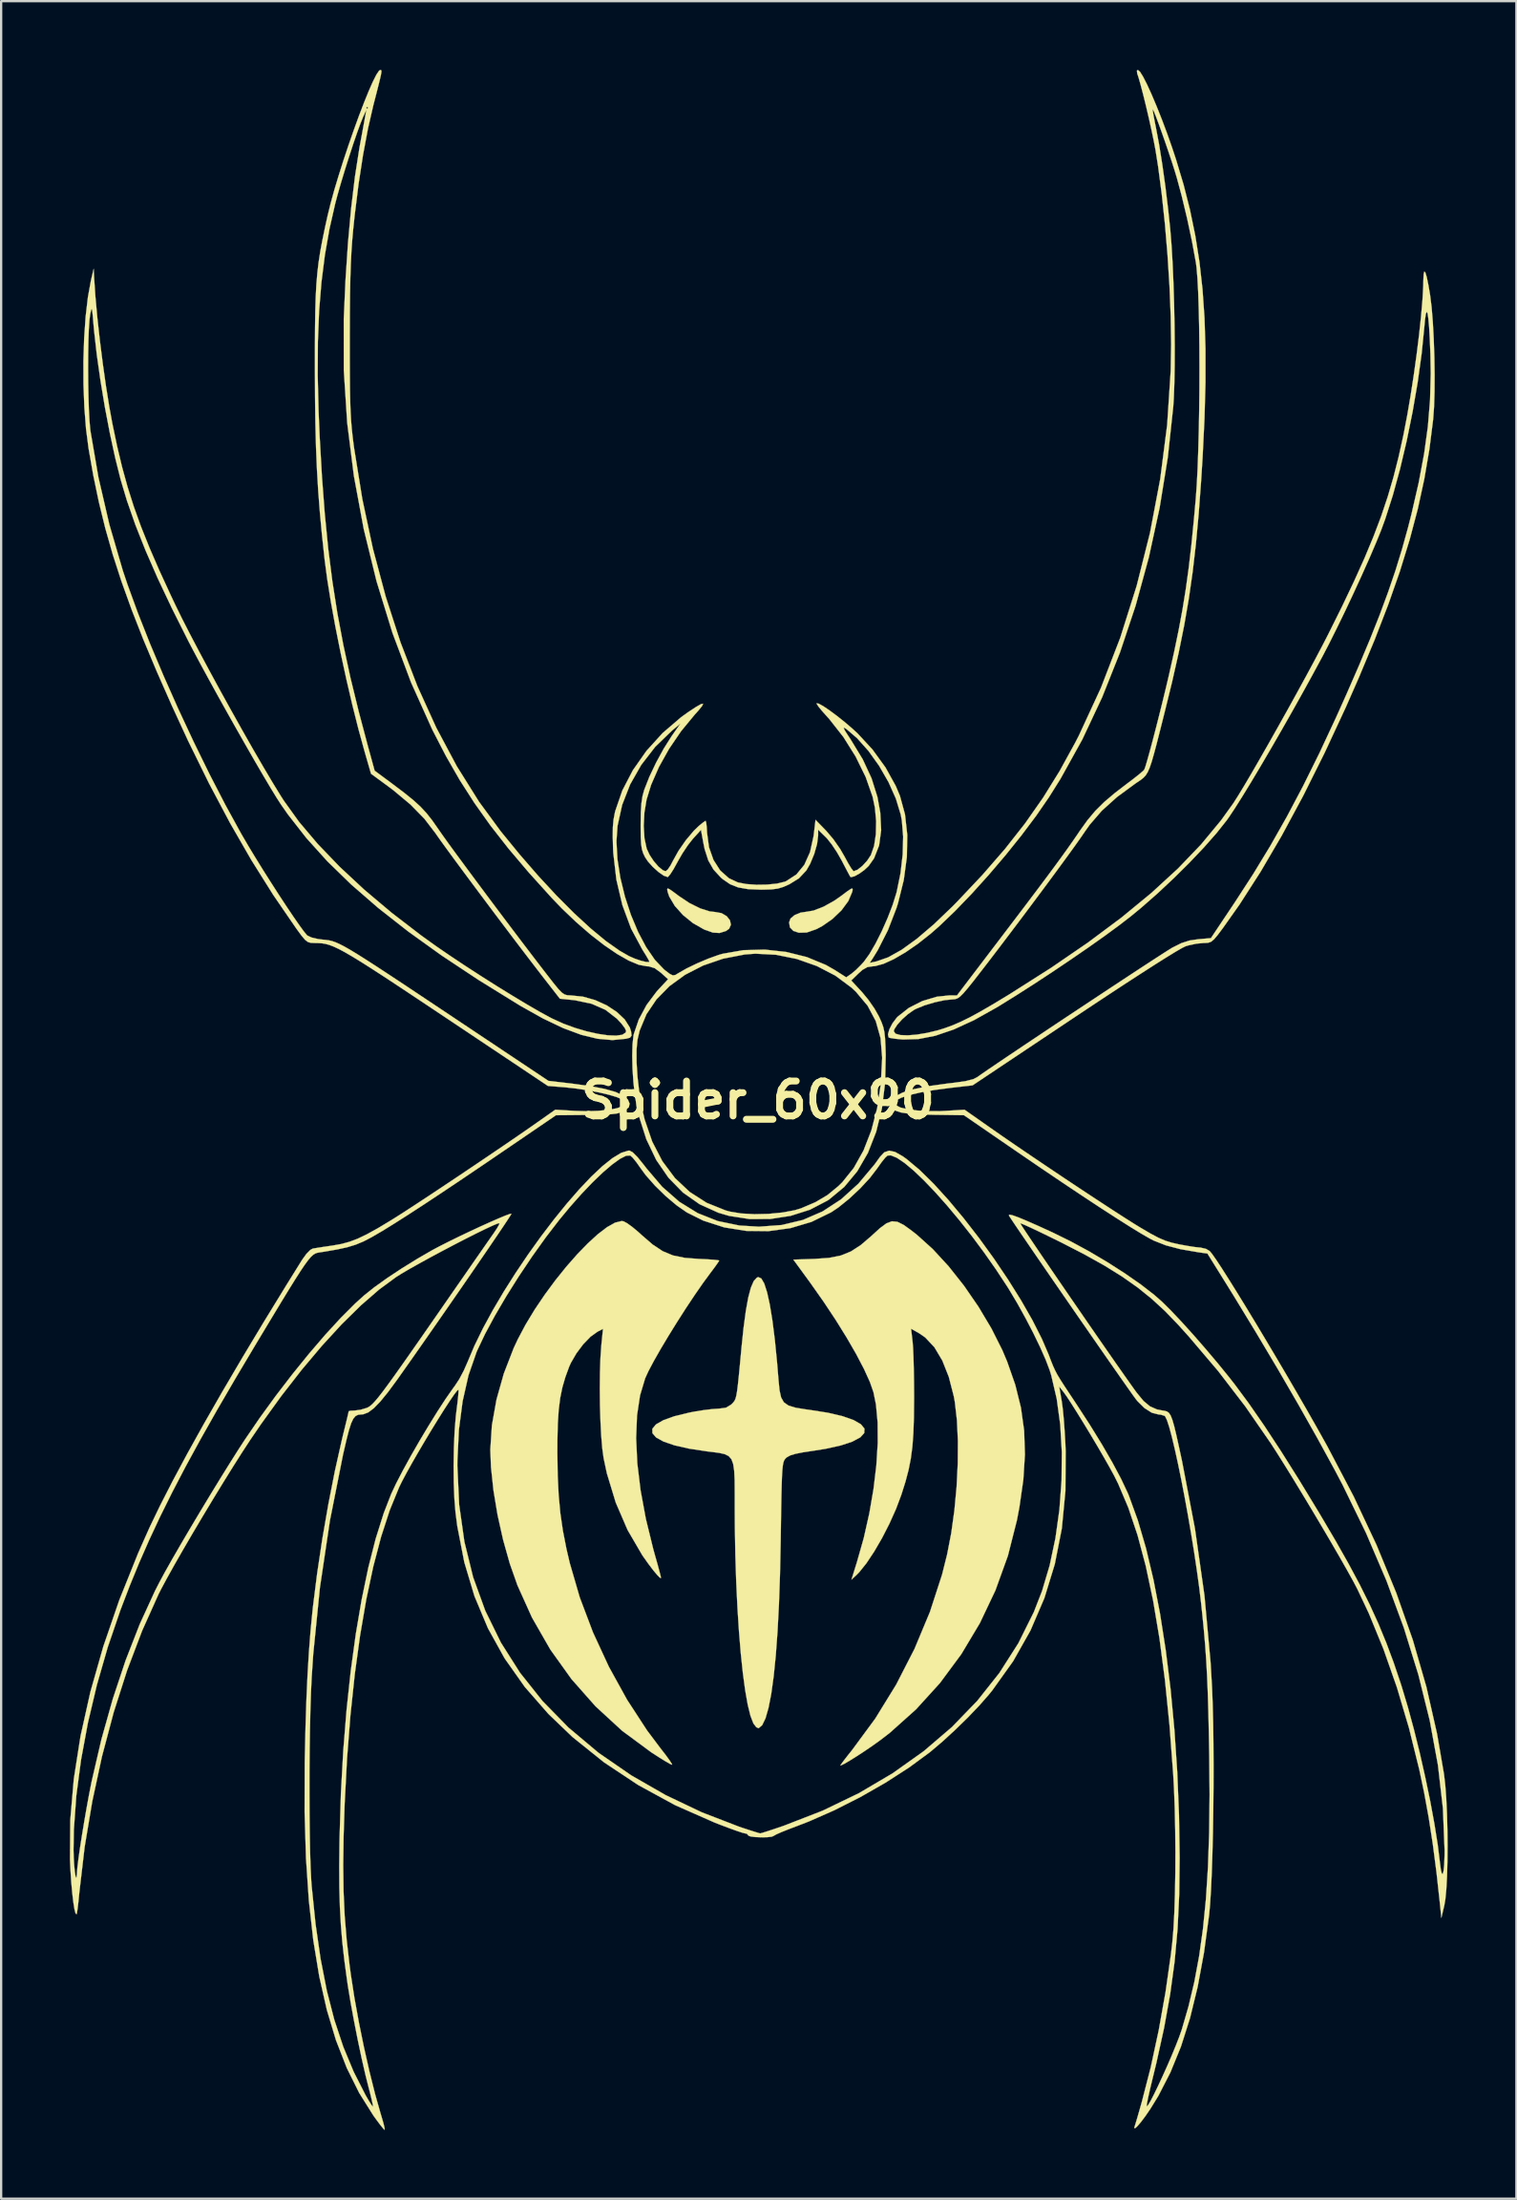
<source format=kicad_pcb>
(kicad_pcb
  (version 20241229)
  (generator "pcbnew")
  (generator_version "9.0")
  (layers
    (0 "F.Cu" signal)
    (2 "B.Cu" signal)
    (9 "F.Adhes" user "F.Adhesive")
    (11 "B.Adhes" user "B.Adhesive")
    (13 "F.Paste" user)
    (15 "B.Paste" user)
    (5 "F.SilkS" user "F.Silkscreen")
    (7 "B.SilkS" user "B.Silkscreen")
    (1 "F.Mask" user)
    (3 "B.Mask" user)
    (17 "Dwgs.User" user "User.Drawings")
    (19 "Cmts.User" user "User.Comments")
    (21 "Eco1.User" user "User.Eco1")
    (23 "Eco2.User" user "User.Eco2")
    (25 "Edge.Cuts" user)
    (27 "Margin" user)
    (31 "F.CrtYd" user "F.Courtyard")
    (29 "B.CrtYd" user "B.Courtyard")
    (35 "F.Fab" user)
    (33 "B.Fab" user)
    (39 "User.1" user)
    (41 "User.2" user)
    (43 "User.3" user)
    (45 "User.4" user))
  (footprint "Spider_60x90"
    (layer "F.Cu")
    (at 30.037 44.963)
    (property "Reference" "Spider_60x90" (at 0 0 0) (layer "F.SilkS") (effects (font (size 1.524 1.524) (thickness 0.3))))
    (attr through_hole)
    (fp_poly (pts (xy 4.132 -9.184) (xy 4.111 -9.085) (xy 3.943 -8.689) (xy 3.644 -8.284) (xy 3.248 -7.905) (xy 2.789 -7.587) (xy 2.535 -7.456) (xy 2.126 -7.316) (xy 1.782 -7.307) (xy 1.545 -7.385) (xy 1.393 -7.54) (xy 1.358 -7.759) (xy 1.419 -7.925) (xy 1.594 -8.074) (xy 1.852 -8.182) (xy 2.054 -8.213) (xy 2.422 -8.273) (xy 2.861 -8.443) (xy 3.328 -8.703) (xy 3.62 -8.906) (xy 3.889 -9.108) (xy 4.048 -9.216) (xy 4.121 -9.238) (xy 4.132 -9.184)) (stroke (width 0.01) (type solid)) (fill yes) (layer "F.SilkS"))
    (fp_poly (pts (xy -3.86 -9.205) (xy -3.686 -9.083) (xy -3.45 -8.906) (xy -2.987 -8.598) (xy -2.525 -8.369) (xy -2.107 -8.237) (xy -1.884 -8.213) (xy -1.595 -8.162) (xy -1.368 -8.03) (xy -1.225 -7.851) (xy -1.182 -7.656) (xy -1.26 -7.479) (xy -1.401 -7.38) (xy -1.681 -7.295) (xy -1.97 -7.313) (xy -2.324 -7.437) (xy -2.366 -7.456) (xy -2.844 -7.729) (xy -3.277 -8.081) (xy -3.631 -8.476) (xy -3.872 -8.881) (xy -3.942 -9.085) (xy -3.964 -9.197) (xy -3.945 -9.24) (xy -3.86 -9.205)) (stroke (width 0.01) (type solid)) (fill yes) (layer "F.SilkS"))
    (fp_poly (pts (xy 6.083 5.309) (xy 6.355 5.443) (xy 6.698 5.689) (xy 6.948 5.887) (xy 7.631 6.503) (xy 8.321 7.252) (xy 8.993 8.101) (xy 9.623 9.016) (xy 10.188 9.963) (xy 10.664 10.909) (xy 10.873 11.403) (xy 11.23 12.424) (xy 11.477 13.421) (xy 11.617 14.424) (xy 11.651 15.461) (xy 11.582 16.564) (xy 11.411 17.76) (xy 11.303 18.33) (xy 10.908 19.887) (xy 10.365 21.391) (xy 9.684 22.826) (xy 8.874 24.18) (xy 7.942 25.439) (xy 6.898 26.588) (xy 5.751 27.614) (xy 5.332 27.936) (xy 5.017 28.162) (xy 4.672 28.398) (xy 4.328 28.623) (xy 4.016 28.818) (xy 3.77 28.962) (xy 3.619 29.035) (xy 3.596 29.041) (xy 3.63 28.98) (xy 3.751 28.815) (xy 3.938 28.574) (xy 4.104 28.367) (xy 5.118 26.991) (xy 6.032 25.507) (xy 6.833 23.945) (xy 7.505 22.335) (xy 8.034 20.709) (xy 8.253 19.836) (xy 8.434 18.902) (xy 8.573 17.902) (xy 8.669 16.873) (xy 8.72 15.849) (xy 8.726 14.868) (xy 8.683 13.964) (xy 8.592 13.173) (xy 8.547 12.925) (xy 8.329 12.079) (xy 8.045 11.363) (xy 7.7 10.785) (xy 7.298 10.356) (xy 7.034 10.174) (xy 6.682 9.976) (xy 6.749 10.555) (xy 6.769 10.813) (xy 6.786 11.206) (xy 6.799 11.699) (xy 6.809 12.258) (xy 6.813 12.848) (xy 6.813 13.039) (xy 6.805 13.854) (xy 6.782 14.536) (xy 6.739 15.121) (xy 6.67 15.643) (xy 6.572 16.139) (xy 6.439 16.645) (xy 6.266 17.195) (xy 6.254 17.23) (xy 6.024 17.843) (xy 5.737 18.482) (xy 5.415 19.111) (xy 5.075 19.696) (xy 4.738 20.204) (xy 4.422 20.599) (xy 4.293 20.73) (xy 4.079 20.928) (xy 4.317 20.167) (xy 4.616 19.112) (xy 4.858 18.039) (xy 5.042 16.972) (xy 5.166 15.938) (xy 5.227 14.961) (xy 5.222 14.067) (xy 5.149 13.28) (xy 5.04 12.745) (xy 4.882 12.293) (xy 4.626 11.732) (xy 4.286 11.082) (xy 3.871 10.364) (xy 3.395 9.597) (xy 2.868 8.803) (xy 2.303 8.001) (xy 2.252 7.93) (xy 1.544 6.96) (xy 2.487 6.928) (xy 3.109 6.883) (xy 3.616 6.781) (xy 4.058 6.602) (xy 4.485 6.325) (xy 4.948 5.929) (xy 4.985 5.894) (xy 5.332 5.579) (xy 5.607 5.377) (xy 5.845 5.287) (xy 6.083 5.309)) (stroke (width 0.01) (type solid)) (fill yes) (layer "F.SilkS"))
    (fp_poly (pts (xy 0.144 7.781) (xy 0.273 8.004) (xy 0.397 8.388) (xy 0.516 8.928) (xy 0.629 9.621) (xy 0.735 10.462) (xy 0.832 11.446) (xy 0.896 12.221) (xy 0.939 12.659) (xy 1.008 12.973) (xy 1.129 13.187) (xy 1.331 13.329) (xy 1.64 13.423) (xy 2.083 13.495) (xy 2.248 13.517) (xy 3.052 13.643) (xy 3.695 13.794) (xy 4.175 13.963) (xy 4.492 14.146) (xy 4.647 14.336) (xy 4.637 14.529) (xy 4.463 14.719) (xy 4.124 14.9) (xy 3.62 15.068) (xy 2.95 15.217) (xy 2.436 15.299) (xy 1.965 15.37) (xy 1.633 15.436) (xy 1.41 15.504) (xy 1.266 15.582) (xy 1.218 15.623) (xy 1.174 15.672) (xy 1.137 15.733) (xy 1.107 15.822) (xy 1.083 15.955) (xy 1.063 16.149) (xy 1.047 16.419) (xy 1.034 16.783) (xy 1.022 17.255) (xy 1.011 17.852) (xy 1 18.591) (xy 0.991 19.225) (xy 0.961 20.674) (xy 0.915 21.995) (xy 0.853 23.183) (xy 0.776 24.235) (xy 0.684 25.145) (xy 0.579 25.909) (xy 0.459 26.522) (xy 0.327 26.98) (xy 0.183 27.278) (xy 0.026 27.412) (xy -0.076 27.366) (xy -0.193 27.212) (xy -0.207 27.187) (xy -0.332 26.858) (xy -0.45 26.375) (xy -0.56 25.751) (xy -0.661 25) (xy -0.752 24.138) (xy -0.831 23.177) (xy -0.898 22.134) (xy -0.951 21.02) (xy -0.989 19.852) (xy -1.01 18.643) (xy -1.015 17.816) (xy -1.015 17.127) (xy -1.019 16.587) (xy -1.039 16.178) (xy -1.083 15.879) (xy -1.16 15.671) (xy -1.281 15.534) (xy -1.454 15.449) (xy -1.69 15.396) (xy -1.998 15.355) (xy -2.228 15.328) (xy -3.015 15.208) (xy -3.648 15.064) (xy -4.126 14.9) (xy -4.447 14.722) (xy -4.609 14.535) (xy -4.612 14.343) (xy -4.453 14.152) (xy -4.131 13.967) (xy -3.645 13.793) (xy -2.993 13.635) (xy -2.736 13.586) (xy -2.363 13.527) (xy -2.001 13.484) (xy -1.726 13.465) (xy -1.711 13.465) (xy -1.401 13.423) (xy -1.174 13.288) (xy -1.146 13.261) (xy -1.08 13.193) (xy -1.027 13.124) (xy -0.984 13.033) (xy -0.947 12.898) (xy -0.913 12.699) (xy -0.877 12.415) (xy -0.836 12.025) (xy -0.786 11.509) (xy -0.724 10.845) (xy -0.724 10.837) (xy -0.63 9.937) (xy -0.531 9.199) (xy -0.426 8.618) (xy -0.312 8.187) (xy -0.188 7.899) (xy -0.052 7.748) (xy 0.011 7.723) (xy 0.144 7.781)) (stroke (width 0.01) (type solid)) (fill yes) (layer "F.SilkS"))
    (fp_poly (pts (xy -5.875 5.286) (xy -5.72 5.367) (xy -5.484 5.537) (xy -5.208 5.768) (xy -5.07 5.894) (xy -4.595 6.304) (xy -4.159 6.592) (xy -3.71 6.778) (xy -3.197 6.883) (xy -2.603 6.928) (xy -2.234 6.945) (xy -1.937 6.965) (xy -1.746 6.986) (xy -1.693 7.001) (xy -1.741 7.082) (xy -1.867 7.26) (xy -2.044 7.498) (xy -2.062 7.521) (xy -2.393 7.971) (xy -2.761 8.501) (xy -3.148 9.083) (xy -3.538 9.692) (xy -3.913 10.298) (xy -4.257 10.874) (xy -4.553 11.394) (xy -4.783 11.829) (xy -4.925 12.138) (xy -5.149 12.886) (xy -5.281 13.762) (xy -5.32 14.752) (xy -5.269 15.843) (xy -5.127 17.02) (xy -4.896 18.271) (xy -4.575 19.582) (xy -4.488 19.896) (xy -4.384 20.263) (xy -4.301 20.569) (xy -4.248 20.778) (xy -4.233 20.852) (xy -4.278 20.846) (xy -4.398 20.725) (xy -4.572 20.517) (xy -4.779 20.245) (xy -4.998 19.937) (xy -5.055 19.854) (xy -5.693 18.76) (xy -6.21 17.562) (xy -6.597 16.287) (xy -6.739 15.621) (xy -6.797 15.202) (xy -6.843 14.652) (xy -6.876 14.008) (xy -6.898 13.309) (xy -6.905 12.591) (xy -6.898 11.893) (xy -6.877 11.253) (xy -6.839 10.707) (xy -6.833 10.643) (xy -6.766 9.982) (xy -7.012 10.11) (xy -7.311 10.325) (xy -7.628 10.653) (xy -7.925 11.048) (xy -8.166 11.463) (xy -8.241 11.629) (xy -8.409 12.087) (xy -8.539 12.534) (xy -8.635 13.002) (xy -8.7 13.522) (xy -8.739 14.126) (xy -8.756 14.846) (xy -8.758 15.409) (xy -8.743 16.387) (xy -8.701 17.244) (xy -8.628 18.029) (xy -8.517 18.789) (xy -8.364 19.571) (xy -8.218 20.198) (xy -7.78 21.703) (xy -7.204 23.226) (xy -6.51 24.727) (xy -5.715 26.168) (xy -4.84 27.511) (xy -4.241 28.307) (xy -4.022 28.589) (xy -3.855 28.819) (xy -3.76 28.967) (xy -3.747 29.006) (xy -3.827 28.976) (xy -4.019 28.867) (xy -4.296 28.697) (xy -4.629 28.482) (xy -4.668 28.456) (xy -5.932 27.522) (xy -7.09 26.457) (xy -8.138 25.272) (xy -9.065 23.977) (xy -9.866 22.58) (xy -10.5 21.174) (xy -10.835 20.223) (xy -11.127 19.184) (xy -11.368 18.103) (xy -11.547 17.031) (xy -11.655 16.014) (xy -11.684 15.253) (xy -11.615 14.189) (xy -11.415 13.069) (xy -11.095 11.933) (xy -10.664 10.821) (xy -10.485 10.438) (xy -10.145 9.797) (xy -9.75 9.144) (xy -9.313 8.496) (xy -8.849 7.867) (xy -8.371 7.273) (xy -7.892 6.728) (xy -7.426 6.248) (xy -6.987 5.847) (xy -6.587 5.542) (xy -6.241 5.347) (xy -5.961 5.277) (xy -5.875 5.286)) (stroke (width 0.01) (type solid)) (fill yes) (layer "F.SilkS"))
    (fp_poly (pts (xy 16.675 -44.881) (xy 16.81 -44.664) (xy 16.982 -44.328) (xy 17.181 -43.892) (xy 17.398 -43.378) (xy 17.626 -42.806) (xy 17.855 -42.196) (xy 18.076 -41.569) (xy 18.241 -41.071) (xy 18.575 -39.96) (xy 18.856 -38.854) (xy 19.087 -37.735) (xy 19.269 -36.586) (xy 19.403 -35.388) (xy 19.491 -34.125) (xy 19.533 -32.777) (xy 19.533 -31.328) (xy 19.49 -29.76) (xy 19.407 -28.055) (xy 19.341 -27.009) (xy 19.235 -25.576) (xy 19.114 -24.272) (xy 18.973 -23.056) (xy 18.805 -21.887) (xy 18.604 -20.725) (xy 18.363 -19.529) (xy 18.076 -18.258) (xy 17.74 -16.891) (xy 17.556 -16.161) (xy 17.407 -15.576) (xy 17.285 -15.118) (xy 17.184 -14.767) (xy 17.095 -14.505) (xy 17.01 -14.314) (xy 16.923 -14.175) (xy 16.824 -14.068) (xy 16.708 -13.976) (xy 16.565 -13.88) (xy 16.486 -13.827) (xy 15.672 -13.229) (xy 15.009 -12.632) (xy 14.478 -12.018) (xy 14.288 -11.749) (xy 14.099 -11.473) (xy 13.821 -11.081) (xy 13.467 -10.592) (xy 13.051 -10.024) (xy 12.587 -9.395) (xy 12.087 -8.724) (xy 11.567 -8.029) (xy 11.039 -7.329) (xy 10.518 -6.642) (xy 10.017 -5.986) (xy 9.759 -5.652) (xy 9.416 -5.21) (xy 9.157 -4.887) (xy 8.964 -4.662) (xy 8.82 -4.52) (xy 8.706 -4.441) (xy 8.605 -4.407) (xy 8.525 -4.401) (xy 8.156 -4.365) (xy 7.714 -4.27) (xy 7.271 -4.137) (xy 6.9 -3.986) (xy 6.807 -3.937) (xy 6.543 -3.752) (xy 6.288 -3.524) (xy 6.078 -3.29) (xy 5.949 -3.091) (xy 5.927 -3.007) (xy 6.003 -2.9) (xy 6.214 -2.841) (xy 6.533 -2.828) (xy 6.931 -2.86) (xy 7.383 -2.935) (xy 7.86 -3.05) (xy 8.155 -3.142) (xy 8.502 -3.269) (xy 8.86 -3.424) (xy 9.256 -3.619) (xy 9.714 -3.869) (xy 10.259 -4.186) (xy 10.916 -4.583) (xy 11.007 -4.639) (xy 12.788 -5.771) (xy 14.407 -6.88) (xy 15.867 -7.969) (xy 17.173 -9.043) (xy 18.33 -10.105) (xy 19.341 -11.159) (xy 20.211 -12.209) (xy 20.746 -12.953) (xy 20.946 -13.266) (xy 21.214 -13.706) (xy 21.537 -14.253) (xy 21.902 -14.884) (xy 22.298 -15.577) (xy 22.712 -16.311) (xy 23.133 -17.063) (xy 23.547 -17.813) (xy 23.943 -18.537) (xy 24.308 -19.215) (xy 24.63 -19.825) (xy 24.885 -20.32) (xy 25.493 -21.542) (xy 26.019 -22.645) (xy 26.473 -23.651) (xy 26.862 -24.585) (xy 27.198 -25.471) (xy 27.487 -26.332) (xy 27.739 -27.191) (xy 27.963 -28.073) (xy 28.168 -29) (xy 28.186 -29.091) (xy 28.338 -29.881) (xy 28.485 -30.739) (xy 28.623 -31.632) (xy 28.748 -32.529) (xy 28.856 -33.399) (xy 28.943 -34.211) (xy 29.005 -34.934) (xy 29.039 -35.536) (xy 29.043 -35.762) (xy 29.055 -36.045) (xy 29.084 -36.163) (xy 29.13 -36.121) (xy 29.191 -35.921) (xy 29.264 -35.567) (xy 29.338 -35.135) (xy 29.403 -34.611) (xy 29.456 -33.96) (xy 29.496 -33.224) (xy 29.523 -32.443) (xy 29.535 -31.66) (xy 29.531 -30.917) (xy 29.51 -30.254) (xy 29.471 -29.714) (xy 29.47 -29.707) (xy 29.306 -28.404) (xy 29.084 -27.108) (xy 28.8 -25.802) (xy 28.446 -24.466) (xy 28.019 -23.082) (xy 27.511 -21.631) (xy 26.918 -20.096) (xy 26.234 -18.457) (xy 25.657 -17.145) (xy 24.725 -15.141) (xy 23.792 -13.271) (xy 22.86 -11.542) (xy 21.934 -9.961) (xy 21.018 -8.536) (xy 20.296 -7.514) (xy 20.069 -7.211) (xy 19.908 -7.02) (xy 19.78 -6.914) (xy 19.653 -6.869) (xy 19.493 -6.858) (xy 19.445 -6.858) (xy 19.137 -6.829) (xy 18.79 -6.754) (xy 18.663 -6.716) (xy 18.51 -6.64) (xy 18.226 -6.476) (xy 17.824 -6.229) (xy 17.312 -5.907) (xy 16.702 -5.515) (xy 16.003 -5.062) (xy 15.226 -4.552) (xy 14.382 -3.993) (xy 13.807 -3.61) (xy 9.367 -0.646) (xy 8.406 -0.536) (xy 7.702 -0.443) (xy 7.095 -0.336) (xy 6.603 -0.222) (xy 6.249 -0.103) (xy 6.108 -0.031) (xy 5.975 0.076) (xy 5.977 0.162) (xy 6.03 0.224) (xy 6.212 0.32) (xy 6.53 0.397) (xy 6.949 0.452) (xy 7.437 0.48) (xy 7.96 0.479) (xy 8.17 0.469) (xy 9.017 0.418) (xy 10.118 1.191) (xy 10.669 1.575) (xy 11.298 2.007) (xy 11.983 2.472) (xy 12.701 2.956) (xy 13.429 3.444) (xy 14.146 3.92) (xy 14.829 4.37) (xy 15.455 4.779) (xy 16.002 5.132) (xy 16.448 5.414) (xy 16.688 5.561) (xy 17.13 5.82) (xy 17.477 6.004) (xy 17.773 6.132) (xy 18.066 6.223) (xy 18.382 6.294) (xy 18.738 6.359) (xy 19.055 6.409) (xy 19.278 6.433) (xy 19.316 6.435) (xy 19.554 6.49) (xy 19.713 6.583) (xy 19.82 6.71) (xy 20.001 6.969) (xy 20.249 7.345) (xy 20.553 7.823) (xy 20.906 8.389) (xy 21.298 9.027) (xy 21.72 9.722) (xy 22.162 10.46) (xy 22.617 11.225) (xy 23.075 12.002) (xy 23.527 12.778) (xy 23.965 13.536) (xy 24.378 14.261) (xy 24.758 14.94) (xy 24.854 15.113) (xy 26.001 17.296) (xy 27.002 19.421) (xy 27.86 21.504) (xy 28.583 23.56) (xy 29.175 25.606) (xy 29.641 27.656) (xy 29.945 29.422) (xy 30 29.9) (xy 30.043 30.483) (xy 30.074 31.139) (xy 30.093 31.838) (xy 30.1 32.548) (xy 30.094 33.239) (xy 30.076 33.878) (xy 30.046 34.436) (xy 30.003 34.881) (xy 29.959 35.137) (xy 29.829 35.687) (xy 29.769 35.094) (xy 29.618 33.717) (xy 29.456 32.47) (xy 29.277 31.313) (xy 29.075 30.207) (xy 28.865 29.214) (xy 28.415 27.397) (xy 27.891 25.635) (xy 27.303 23.958) (xy 26.662 22.395) (xy 26.166 21.344) (xy 25.982 20.994) (xy 25.722 20.525) (xy 25.401 19.961) (xy 25.033 19.325) (xy 24.632 18.643) (xy 24.213 17.938) (xy 23.79 17.235) (xy 23.378 16.557) (xy 22.99 15.929) (xy 22.642 15.376) (xy 22.384 14.976) (xy 21.27 13.365) (xy 20.088 11.826) (xy 18.798 10.308) (xy 18.336 9.796) (xy 17.766 9.205) (xy 17.185 8.67) (xy 16.567 8.172) (xy 15.887 7.694) (xy 15.122 7.219) (xy 14.246 6.73) (xy 13.234 6.209) (xy 13.17 6.178) (xy 12.681 5.937) (xy 12.244 5.726) (xy 11.882 5.555) (xy 11.616 5.435) (xy 11.469 5.377) (xy 11.447 5.373) (xy 11.488 5.446) (xy 11.615 5.642) (xy 11.818 5.946) (xy 12.085 6.342) (xy 12.406 6.816) (xy 12.771 7.351) (xy 13.168 7.932) (xy 13.588 8.544) (xy 14.019 9.17) (xy 14.45 9.796) (xy 14.872 10.406) (xy 15.274 10.985) (xy 15.644 11.516) (xy 15.973 11.985) (xy 16.249 12.376) (xy 16.462 12.674) (xy 16.527 12.763) (xy 16.827 13.128) (xy 17.109 13.363) (xy 17.412 13.497) (xy 17.639 13.542) (xy 17.762 13.561) (xy 17.861 13.592) (xy 17.943 13.656) (xy 18.016 13.77) (xy 18.088 13.955) (xy 18.167 14.23) (xy 18.259 14.613) (xy 18.373 15.124) (xy 18.508 15.748) (xy 19.073 18.698) (xy 19.488 21.619) (xy 19.756 24.547) (xy 19.819 25.634) (xy 19.847 26.36) (xy 19.868 27.187) (xy 19.88 28.09) (xy 19.885 29.044) (xy 19.883 30.025) (xy 19.873 31.008) (xy 19.858 31.968) (xy 19.835 32.88) (xy 19.807 33.721) (xy 19.773 34.465) (xy 19.734 35.087) (xy 19.693 35.543) (xy 19.469 37.196) (xy 19.191 38.699) (xy 18.857 40.064) (xy 18.463 41.303) (xy 18.004 42.428) (xy 17.478 43.452) (xy 17.125 44.027) (xy 16.909 44.341) (xy 16.715 44.599) (xy 16.558 44.783) (xy 16.456 44.873) (xy 16.423 44.853) (xy 16.441 44.789) (xy 16.482 44.659) (xy 16.558 44.405) (xy 16.656 44.065) (xy 16.751 43.73) (xy 17.141 42.22) (xy 17.49 40.601) (xy 17.789 38.93) (xy 18.026 37.267) (xy 18.084 36.771) (xy 18.134 36.188) (xy 18.173 35.467) (xy 18.2 34.641) (xy 18.216 33.741) (xy 18.22 32.798) (xy 18.211 31.846) (xy 18.191 30.914) (xy 18.158 30.035) (xy 18.124 29.422) (xy 17.963 27.281) (xy 17.763 25.304) (xy 17.524 23.487) (xy 17.245 21.829) (xy 16.926 20.327) (xy 16.566 18.98) (xy 16.165 17.786) (xy 15.723 16.743) (xy 15.542 16.381) (xy 15.35 16.028) (xy 15.104 15.596) (xy 14.823 15.113) (xy 14.522 14.607) (xy 14.219 14.107) (xy 13.931 13.641) (xy 13.676 13.237) (xy 13.47 12.923) (xy 13.331 12.729) (xy 13.148 12.5) (xy 13.263 13.171) (xy 13.305 13.489) (xy 13.347 13.929) (xy 13.385 14.447) (xy 13.417 14.995) (xy 13.43 15.325) (xy 13.42 17.047) (xy 13.263 18.687) (xy 12.956 20.248) (xy 12.5 21.734) (xy 11.894 23.145) (xy 11.137 24.486) (xy 10.227 25.759) (xy 10.072 25.95) (xy 9.664 26.416) (xy 9.163 26.94) (xy 8.613 27.477) (xy 8.059 27.986) (xy 7.543 28.424) (xy 7.493 28.465) (xy 6.589 29.129) (xy 5.564 29.789) (xy 4.464 30.418) (xy 3.337 30.989) (xy 2.229 31.477) (xy 1.736 31.668) (xy 1.351 31.814) (xy 1.028 31.943) (xy 0.799 32.044) (xy 0.694 32.103) (xy 0.691 32.107) (xy 0.599 32.146) (xy 0.398 32.168) (xy 0.141 32.172) (xy -0.116 32.162) (xy -0.321 32.136) (xy -0.421 32.097) (xy -0.423 32.089) (xy -0.492 32.014) (xy -0.555 32.004) (xy -0.677 31.974) (xy -0.925 31.892) (xy -1.268 31.768) (xy -1.676 31.614) (xy -1.889 31.531) (xy -3.613 30.771) (xy -5.226 29.892) (xy -6.723 28.898) (xy -8.098 27.794) (xy -9.149 26.787) (xy -10.18 25.608) (xy -11.059 24.363) (xy -11.789 23.046) (xy -12.375 21.65) (xy -12.82 20.166) (xy -13.127 18.588) (xy -13.204 17.992) (xy -13.252 17.404) (xy -13.28 16.702) (xy -13.287 15.959) (xy -13.123 15.959) (xy -13.045 17.653) (xy -12.816 19.273) (xy -12.436 20.817) (xy -11.904 22.285) (xy -11.221 23.677) (xy -10.388 24.99) (xy -9.405 26.225) (xy -8.273 27.382) (xy -6.991 28.458) (xy -6.9 28.526) (xy -5.526 29.472) (xy -4.032 30.329) (xy -2.456 31.08) (xy -0.833 31.706) (xy -0.677 31.759) (xy -0.352 31.865) (xy -0.09 31.948) (xy 0.069 31.995) (xy 0.096 32.001) (xy 0.193 31.976) (xy 0.416 31.906) (xy 0.735 31.801) (xy 1.114 31.672) (xy 1.139 31.663) (xy 2.824 31.009) (xy 4.405 30.246) (xy 5.876 29.379) (xy 7.231 28.416) (xy 8.464 27.361) (xy 9.568 26.22) (xy 10.536 25) (xy 11.362 23.706) (xy 12.04 22.344) (xy 12.401 21.418) (xy 12.731 20.307) (xy 12.984 19.114) (xy 13.157 17.872) (xy 13.25 16.611) (xy 13.263 15.364) (xy 13.193 14.16) (xy 13.039 13.033) (xy 12.801 12.012) (xy 12.731 11.785) (xy 12.561 11.335) (xy 12.316 10.781) (xy 12.015 10.159) (xy 11.676 9.508) (xy 11.318 8.863) (xy 10.96 8.263) (xy 10.884 8.141) (xy 10.389 7.389) (xy 9.867 6.646) (xy 9.33 5.924) (xy 8.787 5.237) (xy 8.252 4.597) (xy 7.733 4.014) (xy 7.244 3.503) (xy 6.795 3.074) (xy 6.397 2.741) (xy 6.062 2.516) (xy 5.8 2.41) (xy 5.657 2.417) (xy 5.558 2.506) (xy 5.401 2.699) (xy 5.22 2.954) (xy 5.207 2.974) (xy 4.881 3.399) (xy 4.456 3.857) (xy 3.982 4.301) (xy 3.508 4.684) (xy 3.193 4.895) (xy 2.338 5.312) (xy 1.417 5.586) (xy 0.458 5.717) (xy -0.513 5.707) (xy -1.47 5.554) (xy -2.386 5.259) (xy -3.106 4.9) (xy -3.549 4.593) (xy -4.029 4.188) (xy -4.497 3.731) (xy -4.903 3.271) (xy -5.122 2.973) (xy -5.305 2.714) (xy -5.466 2.515) (xy -5.573 2.417) (xy -5.578 2.415) (xy -5.758 2.427) (xy -6.026 2.563) (xy -6.368 2.81) (xy -6.771 3.155) (xy -7.221 3.586) (xy -7.704 4.092) (xy -8.207 4.659) (xy -8.671 5.219) (xy -9.263 5.988) (xy -9.86 6.823) (xy -10.443 7.693) (xy -10.993 8.567) (xy -11.489 9.414) (xy -11.914 10.203) (xy -12.246 10.903) (xy -12.29 11.005) (xy -12.638 12.01) (xy -12.894 13.142) (xy -13.056 14.385) (xy -13.121 15.724) (xy -13.123 15.959) (xy -13.287 15.959) (xy -13.287 15.938) (xy -13.274 15.166) (xy -13.242 14.436) (xy -13.191 13.803) (xy -13.166 13.594) (xy -13.119 13.219) (xy -13.086 12.91) (xy -13.071 12.704) (xy -13.074 12.636) (xy -13.137 12.683) (xy -13.27 12.857) (xy -13.461 13.136) (xy -13.698 13.499) (xy -13.966 13.926) (xy -14.255 14.396) (xy -14.55 14.887) (xy -14.839 15.378) (xy -15.11 15.849) (xy -15.349 16.279) (xy -15.544 16.646) (xy -15.664 16.891) (xy -16.074 17.893) (xy -16.451 19.052) (xy -16.794 20.357) (xy -17.101 21.799) (xy -17.37 23.368) (xy -17.601 25.053) (xy -17.791 26.846) (xy -17.939 28.735) (xy -18.043 30.711) (xy -18.089 32.131) (xy -18.106 33.384) (xy -18.091 34.522) (xy -18.042 35.596) (xy -17.954 36.66) (xy -17.827 37.763) (xy -17.77 38.185) (xy -17.616 39.181) (xy -17.423 40.244) (xy -17.202 41.327) (xy -16.963 42.385) (xy -16.716 43.373) (xy -16.469 44.244) (xy -16.433 44.362) (xy -16.352 44.641) (xy -16.302 44.848) (xy -16.294 44.94) (xy -16.294 44.94) (xy -16.353 44.889) (xy -16.485 44.728) (xy -16.668 44.483) (xy -16.793 44.309) (xy -17.408 43.328) (xy -17.95 42.237) (xy -18.421 41.029) (xy -18.821 39.701) (xy -19.151 38.246) (xy -19.412 36.661) (xy -19.605 34.939) (xy -19.731 33.076) (xy -19.791 31.067) (xy -19.786 28.907) (xy -19.781 28.66) (xy -19.75 27.329) (xy -19.711 26.141) (xy -19.662 25.071) (xy -19.603 24.094) (xy -19.533 23.184) (xy -19.448 22.314) (xy -19.425 22.098) (xy -19.243 20.652) (xy -19.017 19.147) (xy -18.755 17.639) (xy -18.468 16.181) (xy -18.165 14.829) (xy -18.113 14.614) (xy -18.018 14.225) (xy -17.939 13.901) (xy -17.886 13.674) (xy -17.865 13.577) (xy -17.865 13.577) (xy -17.791 13.556) (xy -17.613 13.547) (xy -17.608 13.547) (xy -17.346 13.512) (xy -17.072 13.43) (xy -17.069 13.429) (xy -16.995 13.392) (xy -16.914 13.336) (xy -16.82 13.251) (xy -16.704 13.126) (xy -16.559 12.952) (xy -16.377 12.718) (xy -16.151 12.413) (xy -15.873 12.028) (xy -15.535 11.553) (xy -15.131 10.977) (xy -14.651 10.29) (xy -14.089 9.481) (xy -13.591 8.763) (xy -13.174 8.162) (xy -12.776 7.59) (xy -12.411 7.063) (xy -12.09 6.603) (xy -11.828 6.226) (xy -11.638 5.953) (xy -11.539 5.813) (xy -11.39 5.589) (xy -11.299 5.427) (xy -11.283 5.368) (xy -11.373 5.388) (xy -11.589 5.478) (xy -11.909 5.627) (xy -12.31 5.824) (xy -12.772 6.057) (xy -13.27 6.314) (xy -13.784 6.585) (xy -14.292 6.857) (xy -14.77 7.119) (xy -15.198 7.359) (xy -15.552 7.567) (xy -15.79 7.716) (xy -16.538 8.265) (xy -17.336 8.959) (xy -18.175 9.784) (xy -19.041 10.728) (xy -19.924 11.776) (xy -20.811 12.916) (xy -21.692 14.136) (xy -22.169 14.835) (xy -22.517 15.368) (xy -22.913 15.992) (xy -23.342 16.683) (xy -23.79 17.416) (xy -24.242 18.168) (xy -24.684 18.913) (xy -25.101 19.628) (xy -25.478 20.287) (xy -25.801 20.867) (xy -26.056 21.342) (xy -26.165 21.557) (xy -26.884 23.158) (xy -27.541 24.891) (xy -28.128 26.728) (xy -28.636 28.642) (xy -29.06 30.606) (xy -29.392 32.59) (xy -29.623 34.567) (xy -29.628 34.616) (xy -29.664 34.983) (xy -29.699 35.282) (xy -29.729 35.476) (xy -29.745 35.53) (xy -29.789 35.491) (xy -29.837 35.307) (xy -29.886 35.003) (xy -29.933 34.603) (xy -29.976 34.131) (xy -30.01 33.613) (xy -30.032 33.135) (xy -30.029 32.724) (xy -29.878 32.724) (xy -29.869 33.066) (xy -29.85 33.382) (xy -29.824 33.647) (xy -29.795 33.84) (xy -29.768 33.937) (xy -29.744 33.916) (xy -29.728 33.754) (xy -29.726 33.697) (xy -29.706 33.461) (xy -29.66 33.09) (xy -29.592 32.617) (xy -29.507 32.074) (xy -29.411 31.492) (xy -29.309 30.903) (xy -29.206 30.34) (xy -29.107 29.834) (xy -29.083 29.718) (xy -28.659 27.895) (xy -28.162 26.128) (xy -27.601 24.443) (xy -26.985 22.866) (xy -26.322 21.421) (xy -26.127 21.04) (xy -25.891 20.603) (xy -25.579 20.05) (xy -25.209 19.41) (xy -24.797 18.709) (xy -24.359 17.974) (xy -23.911 17.233) (xy -23.471 16.513) (xy -23.054 15.842) (xy -22.677 15.246) (xy -22.399 14.819) (xy -21.745 13.863) (xy -21.049 12.905) (xy -20.33 11.969) (xy -19.607 11.077) (xy -18.898 10.25) (xy -18.22 9.512) (xy -17.593 8.884) (xy -17.196 8.524) (xy -16.752 8.17) (xy -16.192 7.769) (xy -15.552 7.345) (xy -14.869 6.923) (xy -14.224 6.55) (xy -13.903 6.379) (xy -13.509 6.179) (xy -13.066 5.962) (xy -12.6 5.74) (xy -12.138 5.525) (xy -11.703 5.328) (xy -11.323 5.162) (xy -11.023 5.037) (xy -10.827 4.966) (xy -10.763 4.957) (xy -10.803 5.03) (xy -10.931 5.228) (xy -11.135 5.535) (xy -11.406 5.937) (xy -11.734 6.419) (xy -12.109 6.967) (xy -12.52 7.566) (xy -12.958 8.201) (xy -13.413 8.858) (xy -13.874 9.522) (xy -14.331 10.179) (xy -14.775 10.814) (xy -15.194 11.412) (xy -15.581 11.959) (xy -15.744 12.19) (xy -16.15 12.742) (xy -16.489 13.157) (xy -16.772 13.448) (xy -17.014 13.628) (xy -17.227 13.709) (xy -17.311 13.716) (xy -17.451 13.73) (xy -17.566 13.786) (xy -17.666 13.904) (xy -17.76 14.104) (xy -17.857 14.408) (xy -17.967 14.835) (xy -18.099 15.407) (xy -18.112 15.461) (xy -18.686 18.349) (xy -19.122 21.268) (xy -19.414 24.173) (xy -19.482 25.188) (xy -19.513 25.844) (xy -19.538 26.609) (xy -19.557 27.457) (xy -19.571 28.361) (xy -19.579 29.295) (xy -19.58 30.233) (xy -19.576 31.148) (xy -19.566 32.014) (xy -19.551 32.804) (xy -19.529 33.492) (xy -19.501 34.051) (xy -19.484 34.29) (xy -19.313 35.956) (xy -19.094 37.475) (xy -18.822 38.864) (xy -18.494 40.137) (xy -18.104 41.312) (xy -17.649 42.405) (xy -17.133 43.419) (xy -16.984 43.675) (xy -16.869 43.856) (xy -16.809 43.928) (xy -16.806 43.927) (xy -16.815 43.839) (xy -16.861 43.625) (xy -16.935 43.323) (xy -16.984 43.138) (xy -17.137 42.531) (xy -17.303 41.805) (xy -17.472 41.006) (xy -17.634 40.183) (xy -17.781 39.383) (xy -17.902 38.654) (xy -17.941 38.388) (xy -18.055 37.542) (xy -18.144 36.752) (xy -18.208 35.982) (xy -18.251 35.197) (xy -18.274 34.359) (xy -18.279 33.432) (xy -18.268 32.381) (xy -18.263 32.137) (xy -18.205 30.238) (xy -18.103 28.392) (xy -17.959 26.611) (xy -17.776 24.908) (xy -17.556 23.297) (xy -17.299 21.79) (xy -17.009 20.4) (xy -16.688 19.141) (xy -16.336 18.024) (xy -16.013 17.193) (xy -15.799 16.736) (xy -15.508 16.176) (xy -15.162 15.546) (xy -14.78 14.881) (xy -14.382 14.216) (xy -13.991 13.586) (xy -13.625 13.024) (xy -13.305 12.567) (xy -13.231 12.468) (xy -13.042 12.179) (xy -12.845 11.809) (xy -12.683 11.442) (xy -12.379 10.724) (xy -12.006 9.961) (xy -11.575 9.167) (xy -11.096 8.356) (xy -10.579 7.541) (xy -10.036 6.736) (xy -9.476 5.955) (xy -8.91 5.212) (xy -8.348 4.519) (xy -7.802 3.892) (xy -7.281 3.342) (xy -6.796 2.885) (xy -6.357 2.534) (xy -5.975 2.302) (xy -5.66 2.204) (xy -5.61 2.201) (xy -5.471 2.275) (xy -5.253 2.493) (xy -4.961 2.853) (xy -4.874 2.969) (xy -4.182 3.781) (xy -3.436 4.435) (xy -2.63 4.932) (xy -1.757 5.277) (xy -0.812 5.472) (xy 0.044 5.523) (xy 1.035 5.45) (xy 1.959 5.229) (xy 2.821 4.856) (xy 3.627 4.329) (xy 4.383 3.645) (xy 5.094 2.799) (xy 5.325 2.477) (xy 5.512 2.277) (xy 5.724 2.204) (xy 5.985 2.261) (xy 6.316 2.449) (xy 6.489 2.573) (xy 7.051 3.043) (xy 7.664 3.645) (xy 8.311 4.356) (xy 8.976 5.152) (xy 9.642 6.01) (xy 10.292 6.907) (xy 10.908 7.82) (xy 11.475 8.724) (xy 11.975 9.598) (xy 12.391 10.418) (xy 12.686 11.105) (xy 12.79 11.378) (xy 12.877 11.595) (xy 12.962 11.782) (xy 13.06 11.97) (xy 13.189 12.186) (xy 13.364 12.459) (xy 13.601 12.818) (xy 13.893 13.258) (xy 14.481 14.163) (xy 15.012 15.025) (xy 15.472 15.822) (xy 15.851 16.534) (xy 16.138 17.141) (xy 16.189 17.263) (xy 16.579 18.337) (xy 16.938 19.563) (xy 17.262 20.928) (xy 17.55 22.416) (xy 17.799 24.013) (xy 18.009 25.705) (xy 18.176 27.478) (xy 18.3 29.317) (xy 18.377 31.208) (xy 18.405 33.062) (xy 18.386 34.664) (xy 18.315 36.16) (xy 18.185 37.597) (xy 17.991 39.021) (xy 17.728 40.48) (xy 17.389 42.02) (xy 17.222 42.705) (xy 17.12 43.127) (xy 17.039 43.487) (xy 16.984 43.755) (xy 16.964 43.901) (xy 16.966 43.918) (xy 17.021 43.869) (xy 17.13 43.689) (xy 17.279 43.404) (xy 17.457 43.037) (xy 17.653 42.616) (xy 17.856 42.166) (xy 18.053 41.711) (xy 18.232 41.278) (xy 18.383 40.891) (xy 18.494 40.577) (xy 18.497 40.568) (xy 18.794 39.545) (xy 19.047 38.48) (xy 19.256 37.357) (xy 19.424 36.159) (xy 19.552 34.872) (xy 19.641 33.479) (xy 19.694 31.966) (xy 19.712 30.316) (xy 19.698 28.66) (xy 19.679 27.591) (xy 19.658 26.663) (xy 19.633 25.848) (xy 19.602 25.118) (xy 19.565 24.444) (xy 19.52 23.799) (xy 19.465 23.153) (xy 19.398 22.479) (xy 19.344 21.971) (xy 19.261 21.278) (xy 19.158 20.529) (xy 19.04 19.742) (xy 18.909 18.935) (xy 18.77 18.127) (xy 18.626 17.336) (xy 18.48 16.58) (xy 18.336 15.877) (xy 18.197 15.245) (xy 18.068 14.703) (xy 17.951 14.269) (xy 17.851 13.962) (xy 17.77 13.798) (xy 17.752 13.781) (xy 17.587 13.728) (xy 17.482 13.717) (xy 17.189 13.642) (xy 16.869 13.438) (xy 16.559 13.131) (xy 16.486 13.039) (xy 16.361 12.867) (xy 16.159 12.582) (xy 15.889 12.198) (xy 15.562 11.732) (xy 15.189 11.197) (xy 14.781 10.61) (xy 14.348 9.986) (xy 13.9 9.34) (xy 13.449 8.687) (xy 13.004 8.043) (xy 12.577 7.423) (xy 12.177 6.842) (xy 11.816 6.315) (xy 11.504 5.859) (xy 11.251 5.487) (xy 11.069 5.215) (xy 10.967 5.059) (xy 10.949 5.029) (xy 10.976 4.997) (xy 11.11 5.024) (xy 11.359 5.113) (xy 11.732 5.267) (xy 12.239 5.491) (xy 12.869 5.779) (xy 13.651 6.164) (xy 14.458 6.602) (xy 15.257 7.075) (xy 16.018 7.563) (xy 16.708 8.043) (xy 17.295 8.498) (xy 17.632 8.794) (xy 18.024 9.182) (xy 18.49 9.675) (xy 19.003 10.242) (xy 19.535 10.852) (xy 20.06 11.473) (xy 20.55 12.075) (xy 20.808 12.404) (xy 21.421 13.231) (xy 22.092 14.199) (xy 22.824 15.313) (xy 23.619 16.575) (xy 24.478 17.988) (xy 24.556 18.119) (xy 25.212 19.232) (xy 25.78 20.236) (xy 26.272 21.156) (xy 26.702 22.02) (xy 27.082 22.853) (xy 27.424 23.682) (xy 27.742 24.534) (xy 28.047 25.436) (xy 28.103 25.612) (xy 28.367 26.49) (xy 28.631 27.464) (xy 28.887 28.496) (xy 29.126 29.551) (xy 29.342 30.592) (xy 29.525 31.582) (xy 29.669 32.485) (xy 29.765 33.264) (xy 29.807 33.59) (xy 29.85 33.755) (xy 29.89 33.768) (xy 29.926 33.636) (xy 29.953 33.368) (xy 29.968 32.973) (xy 29.97 32.724) (xy 29.897 30.908) (xy 29.68 29.021) (xy 29.322 27.073) (xy 28.826 25.075) (xy 28.195 23.038) (xy 27.433 20.973) (xy 26.541 18.891) (xy 25.525 16.804) (xy 25.175 16.139) (xy 24.427 14.77) (xy 23.595 13.296) (xy 22.697 11.748) (xy 21.749 10.156) (xy 20.771 8.549) (xy 20.341 7.856) (xy 19.618 6.695) (xy 19.228 6.64) (xy 18.448 6.506) (xy 17.807 6.338) (xy 17.277 6.13) (xy 17.104 6.041) (xy 16.729 5.825) (xy 16.23 5.519) (xy 15.62 5.132) (xy 14.912 4.674) (xy 14.122 4.153) (xy 13.261 3.578) (xy 12.344 2.959) (xy 11.384 2.303) (xy 11.331 2.267) (xy 8.988 0.657) (xy 7.69 0.64) (xy 7.061 0.624) (xy 6.582 0.591) (xy 6.234 0.537) (xy 5.999 0.459) (xy 5.856 0.352) (xy 5.795 0.241) (xy 5.805 0.031) (xy 5.976 -0.158) (xy 6.308 -0.329) (xy 6.803 -0.48) (xy 7.464 -0.613) (xy 8.291 -0.728) (xy 8.549 -0.757) (xy 9.051 -0.827) (xy 9.396 -0.916) (xy 9.565 -1.001) (xy 9.746 -1.129) (xy 10.048 -1.337) (xy 10.455 -1.613) (xy 10.95 -1.947) (xy 11.518 -2.328) (xy 12.141 -2.744) (xy 12.804 -3.187) (xy 13.491 -3.644) (xy 14.186 -4.104) (xy 14.871 -4.558) (xy 15.532 -4.995) (xy 16.152 -5.403) (xy 16.715 -5.773) (xy 17.204 -6.092) (xy 17.604 -6.351) (xy 17.897 -6.539) (xy 18.069 -6.645) (xy 18.084 -6.654) (xy 18.482 -6.853) (xy 18.836 -6.967) (xy 19.213 -7.022) (xy 19.77 -7.07) (xy 20.828 -8.653) (xy 21.617 -9.87) (xy 22.365 -11.1) (xy 23.085 -12.37) (xy 23.793 -13.708) (xy 24.503 -15.14) (xy 25.229 -16.693) (xy 25.679 -17.695) (xy 26.237 -18.975) (xy 26.722 -20.132) (xy 27.143 -21.193) (xy 27.509 -22.183) (xy 27.831 -23.129) (xy 28.116 -24.056) (xy 28.375 -24.99) (xy 28.524 -25.574) (xy 28.839 -26.944) (xy 29.076 -28.205) (xy 29.24 -29.395) (xy 29.335 -30.552) (xy 29.366 -31.715) (xy 29.351 -32.554) (xy 29.324 -33.224) (xy 29.294 -33.747) (xy 29.26 -34.121) (xy 29.225 -34.342) (xy 29.188 -34.407) (xy 29.151 -34.312) (xy 29.114 -34.053) (xy 29.089 -33.782) (xy 28.969 -32.586) (xy 28.795 -31.329) (xy 28.574 -30.045) (xy 28.315 -28.771) (xy 28.024 -27.542) (xy 27.709 -26.393) (xy 27.378 -25.36) (xy 27.207 -24.892) (xy 26.984 -24.342) (xy 26.699 -23.677) (xy 26.368 -22.935) (xy 26.008 -22.151) (xy 25.636 -21.36) (xy 25.267 -20.6) (xy 24.92 -19.905) (xy 24.651 -19.388) (xy 24.228 -18.605) (xy 23.779 -17.789) (xy 23.314 -16.958) (xy 22.845 -16.133) (xy 22.382 -15.331) (xy 21.938 -14.574) (xy 21.523 -13.878) (xy 21.148 -13.265) (xy 20.824 -12.752) (xy 20.564 -12.36) (xy 20.456 -12.208) (xy 20.013 -11.651) (xy 19.461 -11.025) (xy 18.827 -10.358) (xy 18.141 -9.678) (xy 17.431 -9.014) (xy 16.725 -8.395) (xy 16.256 -8.009) (xy 15.749 -7.619) (xy 15.126 -7.162) (xy 14.413 -6.658) (xy 13.641 -6.127) (xy 12.837 -5.586) (xy 12.03 -5.057) (xy 11.249 -4.558) (xy 10.523 -4.108) (xy 10.392 -4.03) (xy 9.425 -3.489) (xy 8.544 -3.084) (xy 7.74 -2.811) (xy 7.003 -2.666) (xy 6.323 -2.647) (xy 6.282 -2.65) (xy 5.997 -2.678) (xy 5.787 -2.71) (xy 5.702 -2.736) (xy 5.673 -2.874) (xy 5.735 -3.093) (xy 5.867 -3.348) (xy 6.051 -3.593) (xy 6.101 -3.646) (xy 6.586 -4.027) (xy 7.172 -4.324) (xy 7.801 -4.513) (xy 8.343 -4.571) (xy 8.686 -4.572) (xy 10.507 -6.964) (xy 11.159 -7.821) (xy 11.719 -8.559) (xy 12.196 -9.191) (xy 12.603 -9.734) (xy 12.949 -10.201) (xy 13.245 -10.606) (xy 13.503 -10.965) (xy 13.734 -11.292) (xy 13.947 -11.602) (xy 14.045 -11.748) (xy 14.382 -12.217) (xy 14.725 -12.626) (xy 15.111 -13.009) (xy 15.577 -13.404) (xy 16.092 -13.799) (xy 16.394 -14.027) (xy 16.644 -14.226) (xy 16.81 -14.369) (xy 16.861 -14.424) (xy 16.91 -14.555) (xy 16.991 -14.826) (xy 17.099 -15.212) (xy 17.227 -15.688) (xy 17.368 -16.23) (xy 17.516 -16.812) (xy 17.665 -17.411) (xy 17.808 -18) (xy 17.936 -18.542) (xy 18.167 -19.572) (xy 18.363 -20.52) (xy 18.531 -21.421) (xy 18.675 -22.313) (xy 18.802 -23.235) (xy 18.917 -24.222) (xy 19.025 -25.312) (xy 19.109 -26.247) (xy 19.152 -26.854) (xy 19.189 -27.569) (xy 19.218 -28.371) (xy 19.242 -29.237) (xy 19.258 -30.146) (xy 19.268 -31.076) (xy 19.27 -32.004) (xy 19.266 -32.909) (xy 19.256 -33.77) (xy 19.238 -34.564) (xy 19.214 -35.269) (xy 19.182 -35.864) (xy 19.144 -36.327) (xy 19.114 -36.558) (xy 18.943 -37.486) (xy 18.731 -38.48) (xy 18.496 -39.46) (xy 18.282 -40.255) (xy 18.187 -40.57) (xy 18.064 -40.955) (xy 17.921 -41.383) (xy 17.77 -41.824) (xy 17.62 -42.25) (xy 17.481 -42.634) (xy 17.363 -42.947) (xy 17.276 -43.16) (xy 17.23 -43.245) (xy 17.228 -43.245) (xy 17.235 -43.158) (xy 17.271 -42.943) (xy 17.33 -42.639) (xy 17.366 -42.46) (xy 17.507 -41.714) (xy 17.647 -40.838) (xy 17.782 -39.876) (xy 17.904 -38.866) (xy 17.994 -38.015) (xy 18.048 -37.346) (xy 18.095 -36.562) (xy 18.133 -35.696) (xy 18.162 -34.781) (xy 18.181 -33.85) (xy 18.19 -32.935) (xy 18.188 -32.07) (xy 18.174 -31.287) (xy 18.149 -30.619) (xy 18.126 -30.268) (xy 17.888 -28.051) (xy 17.531 -25.851) (xy 17.06 -23.688) (xy 16.482 -21.577) (xy 15.801 -19.538) (xy 15.024 -17.587) (xy 14.157 -15.743) (xy 13.204 -14.023) (xy 12.695 -13.212) (xy 12.141 -12.409) (xy 11.5 -11.556) (xy 10.799 -10.683) (xy 10.063 -9.821) (xy 9.319 -8.997) (xy 8.592 -8.244) (xy 7.909 -7.59) (xy 7.535 -7.262) (xy 6.98 -6.824) (xy 6.437 -6.45) (xy 5.928 -6.154) (xy 5.48 -5.949) (xy 5.115 -5.85) (xy 5.01 -5.842) (xy 4.775 -5.807) (xy 4.557 -5.683) (xy 4.389 -5.532) (xy 4.071 -5.222) (xy 4.547 -4.708) (xy 4.82 -4.376) (xy 5.084 -3.996) (xy 5.281 -3.649) (xy 5.284 -3.642) (xy 5.392 -3.403) (xy 5.467 -3.194) (xy 5.516 -2.974) (xy 5.546 -2.701) (xy 5.564 -2.331) (xy 5.575 -1.972) (xy 5.549 -0.761) (xy 5.409 0.361) (xy 5.157 1.385) (xy 4.797 2.304) (xy 4.332 3.107) (xy 3.765 3.788) (xy 3.101 4.338) (xy 3.029 4.385) (xy 2.267 4.782) (xy 1.424 5.05) (xy 0.532 5.187) (xy -0.374 5.189) (xy -1.261 5.051) (xy -1.729 4.914) (xy -2.547 4.544) (xy -3.275 4.033) (xy -3.907 3.387) (xy -4.442 2.61) (xy -4.874 1.708) (xy -5.201 0.684) (xy -5.291 0.291) (xy -5.375 -0.212) (xy -5.437 -0.78) (xy -5.477 -1.368) (xy -5.49 -1.933) (xy -5.483 -2.197) (xy -5.302 -2.197) (xy -5.3 -1.644) (xy -5.26 -1.017) (xy -5.184 -0.362) (xy -5.078 0.278) (xy -4.95 0.84) (xy -4.618 1.809) (xy -4.175 2.664) (xy -3.626 3.4) (xy -2.98 4.007) (xy -2.242 4.48) (xy -1.419 4.811) (xy -1.219 4.866) (xy -0.736 4.946) (xy -0.155 4.977) (xy 0.466 4.963) (xy 1.071 4.904) (xy 1.602 4.805) (xy 1.873 4.724) (xy 2.51 4.452) (xy 3.036 4.14) (xy 3.51 3.75) (xy 3.679 3.584) (xy 4.18 2.959) (xy 4.605 2.2) (xy 4.947 1.324) (xy 5.201 0.351) (xy 5.36 -0.701) (xy 5.418 -1.813) (xy 5.418 -1.876) (xy 5.35 -2.708) (xy 5.141 -3.452) (xy 4.784 -4.122) (xy 4.274 -4.73) (xy 4.083 -4.909) (xy 3.379 -5.432) (xy 2.569 -5.853) (xy 1.691 -6.162) (xy 0.784 -6.345) (xy -0.115 -6.392) (xy -0.581 -6.357) (xy -1.527 -6.173) (xy -2.398 -5.874) (xy -3.182 -5.471) (xy -3.865 -4.975) (xy -4.432 -4.397) (xy -4.87 -3.747) (xy -5.166 -3.036) (xy -5.262 -2.632) (xy -5.302 -2.197) (xy -5.483 -2.197) (xy -5.477 -2.431) (xy -5.435 -2.816) (xy -5.421 -2.884) (xy -5.205 -3.517) (xy -4.864 -4.153) (xy -4.429 -4.733) (xy -4.355 -4.816) (xy -3.925 -5.278) (xy -4.238 -5.56) (xy -4.508 -5.759) (xy -4.763 -5.838) (xy -4.851 -5.842) (xy -5.201 -5.906) (xy -5.639 -6.089) (xy -6.149 -6.379) (xy -6.712 -6.763) (xy -7.312 -7.229) (xy -7.931 -7.765) (xy -8.551 -8.356) (xy -9.002 -8.825) (xy -10.008 -9.938) (xy -10.893 -10.982) (xy -11.678 -11.985) (xy -12.38 -12.972) (xy -13.02 -13.971) (xy -13.616 -15.009) (xy -14.188 -16.113) (xy -14.217 -16.171) (xy -15.146 -18.235) (xy -15.958 -20.398) (xy -16.648 -22.637) (xy -17.21 -24.927) (xy -17.64 -27.245) (xy -17.932 -29.564) (xy -18.08 -31.862) (xy -18.081 -34.113) (xy -18.08 -34.121) (xy -18.004 -35.816) (xy -17.896 -37.425) (xy -17.759 -38.929) (xy -17.593 -40.307) (xy -17.401 -41.541) (xy -17.365 -41.741) (xy -17.29 -42.144) (xy -17.222 -42.516) (xy -17.169 -42.805) (xy -17.147 -42.926) (xy -17.094 -43.222) (xy -17.23 -42.927) (xy -17.347 -42.641) (xy -17.498 -42.229) (xy -17.671 -41.723) (xy -17.855 -41.161) (xy -18.039 -40.578) (xy -18.211 -40.009) (xy -18.36 -39.489) (xy -18.453 -39.135) (xy -18.706 -38.022) (xy -18.906 -36.882) (xy -19.056 -35.695) (xy -19.158 -34.44) (xy -19.211 -33.097) (xy -19.219 -31.644) (xy -19.181 -30.062) (xy -19.133 -28.947) (xy -19.033 -27.202) (xy -18.911 -25.592) (xy -18.762 -24.085) (xy -18.58 -22.649) (xy -18.361 -21.251) (xy -18.099 -19.858) (xy -17.791 -18.438) (xy -17.429 -16.958) (xy -17.044 -15.508) (xy -16.734 -14.379) (xy -15.947 -13.795) (xy -15.443 -13.414) (xy -15.049 -13.096) (xy -14.734 -12.809) (xy -14.468 -12.523) (xy -14.219 -12.207) (xy -13.955 -11.83) (xy -13.943 -11.812) (xy -13.769 -11.563) (xy -13.507 -11.197) (xy -13.169 -10.734) (xy -12.769 -10.192) (xy -12.322 -9.589) (xy -11.841 -8.943) (xy -11.34 -8.274) (xy -10.832 -7.6) (xy -10.332 -6.939) (xy -9.852 -6.309) (xy -9.408 -5.73) (xy -9.184 -5.44) (xy -8.907 -5.085) (xy -8.708 -4.843) (xy -8.56 -4.692) (xy -8.44 -4.611) (xy -8.322 -4.578) (xy -8.18 -4.571) (xy -8.172 -4.571) (xy -7.638 -4.516) (xy -7.105 -4.365) (xy -6.603 -4.137) (xy -6.164 -3.849) (xy -5.818 -3.522) (xy -5.595 -3.172) (xy -5.54 -2.996) (xy -5.519 -2.813) (xy -5.588 -2.726) (xy -5.76 -2.679) (xy -6.353 -2.621) (xy -7.001 -2.678) (xy -7.715 -2.851) (xy -8.505 -3.145) (xy -9.382 -3.563) (xy -10.355 -4.108) (xy -10.435 -4.156) (xy -12.203 -5.249) (xy -13.811 -6.315) (xy -15.267 -7.36) (xy -16.579 -8.389) (xy -17.753 -9.408) (xy -18.796 -10.423) (xy -19.715 -11.441) (xy -20.517 -12.467) (xy -20.824 -12.906) (xy -21.021 -13.212) (xy -21.285 -13.645) (xy -21.605 -14.184) (xy -21.968 -14.806) (xy -22.361 -15.491) (xy -22.773 -16.215) (xy -23.191 -16.957) (xy -23.603 -17.696) (xy -23.996 -18.41) (xy -24.358 -19.076) (xy -24.676 -19.673) (xy -24.86 -20.026) (xy -25.579 -21.458) (xy -26.201 -22.772) (xy -26.731 -23.984) (xy -27.177 -25.108) (xy -27.545 -26.161) (xy -27.817 -27.071) (xy -28.056 -28.023) (xy -28.289 -29.094) (xy -28.507 -30.235) (xy -28.7 -31.396) (xy -28.861 -32.527) (xy -28.98 -33.579) (xy -29.01 -33.909) (xy -29.04 -34.265) (xy -29.063 -34.467) (xy -29.084 -34.533) (xy -29.11 -34.478) (xy -29.146 -34.319) (xy -29.152 -34.29) (xy -29.184 -34.033) (xy -29.21 -33.639) (xy -29.228 -33.137) (xy -29.238 -32.561) (xy -29.241 -31.941) (xy -29.237 -31.308) (xy -29.225 -30.693) (xy -29.207 -30.129) (xy -29.181 -29.646) (xy -29.148 -29.276) (xy -29.14 -29.21) (xy -28.791 -27.18) (xy -28.315 -25.127) (xy -27.729 -23.12) (xy -27.523 -22.505) (xy -27.071 -21.266) (xy -26.54 -19.923) (xy -25.944 -18.511) (xy -25.302 -17.067) (xy -24.628 -15.625) (xy -23.939 -14.22) (xy -23.251 -12.889) (xy -22.581 -11.667) (xy -22.518 -11.557) (xy -22.25 -11.098) (xy -21.941 -10.587) (xy -21.605 -10.044) (xy -21.256 -9.493) (xy -20.909 -8.953) (xy -20.576 -8.447) (xy -20.273 -7.997) (xy -20.014 -7.624) (xy -19.813 -7.35) (xy -19.683 -7.196) (xy -19.673 -7.186) (xy -19.492 -7.099) (xy -19.197 -7.03) (xy -18.983 -7.004) (xy -18.85 -6.991) (xy -18.725 -6.973) (xy -18.595 -6.943) (xy -18.451 -6.894) (xy -18.281 -6.82) (xy -18.075 -6.715) (xy -17.822 -6.572) (xy -17.511 -6.384) (xy -17.132 -6.145) (xy -16.672 -5.849) (xy -16.122 -5.488) (xy -15.47 -5.058) (xy -14.707 -4.55) (xy -13.82 -3.959) (xy -13.189 -3.538) (xy -9.148 -0.842) (xy -8.109 -0.72) (xy -7.321 -0.612) (xy -6.692 -0.491) (xy -6.215 -0.355) (xy -5.88 -0.201) (xy -5.679 -0.025) (xy -5.604 0.152) (xy -5.639 0.311) (xy -5.815 0.457) (xy -5.858 0.481) (xy -5.995 0.541) (xy -6.17 0.585) (xy -6.411 0.614) (xy -6.749 0.632) (xy -7.214 0.643) (xy -7.478 0.646) (xy -8.817 0.658) (xy -10.738 1.968) (xy -11.888 2.751) (xy -12.91 3.442) (xy -13.812 4.045) (xy -14.603 4.568) (xy -15.291 5.015) (xy -15.886 5.393) (xy -16.395 5.707) (xy -16.436 5.731) (xy -16.859 5.978) (xy -17.22 6.166) (xy -17.563 6.308) (xy -17.929 6.42) (xy -18.363 6.515) (xy -18.905 6.609) (xy -19.158 6.648) (xy -19.246 6.665) (xy -19.329 6.696) (xy -19.417 6.752) (xy -19.517 6.844) (xy -19.637 6.985) (xy -19.784 7.185) (xy -19.968 7.457) (xy -20.195 7.812) (xy -20.474 8.26) (xy -20.813 8.815) (xy -21.219 9.487) (xy -21.701 10.288) (xy -21.93 10.668) (xy -22.821 12.165) (xy -23.622 13.54) (xy -24.341 14.812) (xy -24.988 15.997) (xy -25.57 17.112) (xy -26.097 18.174) (xy -26.577 19.2) (xy -27.019 20.207) (xy -27.431 21.211) (xy -27.821 22.23) (xy -27.835 22.267) (xy -28.386 23.88) (xy -28.859 25.524) (xy -29.249 27.171) (xy -29.55 28.793) (xy -29.757 30.361) (xy -29.864 31.846) (xy -29.878 32.724) (xy -30.029 32.724) (xy -30.019 31.419) (xy -29.865 29.623) (xy -29.572 27.756) (xy -29.142 25.827) (xy -28.578 23.847) (xy -27.882 21.824) (xy -27.056 19.768) (xy -26.557 18.646) (xy -26.102 17.701) (xy -25.553 16.628) (xy -24.915 15.437) (xy -24.192 14.137) (xy -23.39 12.738) (xy -22.514 11.248) (xy -21.57 9.678) (xy -20.563 8.036) (xy -19.895 6.962) (xy -19.713 6.711) (xy -19.539 6.536) (xy -19.438 6.48) (xy -19.274 6.452) (xy -18.995 6.408) (xy -18.654 6.358) (xy -18.563 6.345) (xy -18.188 6.278) (xy -17.833 6.182) (xy -17.469 6.045) (xy -17.066 5.851) (xy -16.594 5.59) (xy -16.023 5.246) (xy -15.817 5.118) (xy -15.448 4.883) (xy -14.964 4.568) (xy -14.389 4.19) (xy -13.749 3.765) (xy -13.067 3.31) (xy -12.369 2.841) (xy -11.678 2.374) (xy -11.019 1.927) (xy -10.418 1.515) (xy -9.897 1.155) (xy -9.652 0.983) (xy -8.848 0.417) (xy -8.001 0.468) (xy -7.474 0.483) (xy -6.969 0.466) (xy -6.518 0.422) (xy -6.156 0.353) (xy -5.915 0.265) (xy -5.861 0.224) (xy -5.793 0.126) (xy -5.845 0.037) (xy -5.952 -0.039) (xy -6.164 -0.133) (xy -6.507 -0.235) (xy -6.942 -0.337) (xy -7.433 -0.43) (xy -7.94 -0.507) (xy -8.427 -0.561) (xy -8.458 -0.563) (xy -9.169 -0.62) (xy -12.988 -3.172) (xy -13.999 -3.847) (xy -14.881 -4.435) (xy -15.643 -4.941) (xy -16.296 -5.371) (xy -16.851 -5.731) (xy -17.319 -6.028) (xy -17.709 -6.267) (xy -18.034 -6.456) (xy -18.303 -6.599) (xy -18.526 -6.703) (xy -18.716 -6.775) (xy -18.881 -6.82) (xy -19.034 -6.845) (xy -19.184 -6.855) (xy -19.342 -6.858) (xy -19.354 -6.858) (xy -19.52 -6.865) (xy -19.648 -6.902) (xy -19.771 -6.997) (xy -19.922 -7.175) (xy -20.133 -7.462) (xy -20.17 -7.514) (xy -21.156 -8.951) (xy -22.11 -10.47) (xy -23.043 -12.09) (xy -23.965 -13.828) (xy -24.886 -15.703) (xy -25.578 -17.202) (xy -26.247 -18.716) (xy -26.832 -20.11) (xy -27.341 -21.408) (xy -27.782 -22.633) (xy -28.163 -23.807) (xy -28.49 -24.956) (xy -28.771 -26.1) (xy -29.014 -27.265) (xy -29.222 -28.448) (xy -29.332 -29.298) (xy -29.405 -30.239) (xy -29.443 -31.236) (xy -29.446 -32.252) (xy -29.414 -33.249) (xy -29.349 -34.193) (xy -29.25 -35.045) (xy -29.118 -35.77) (xy -29.108 -35.814) (xy -28.998 -36.28) (xy -28.976 -35.856) (xy -28.922 -35.06) (xy -28.838 -34.145) (xy -28.729 -33.16) (xy -28.602 -32.153) (xy -28.463 -31.17) (xy -28.317 -30.26) (xy -28.187 -29.549) (xy -27.979 -28.555) (xy -27.76 -27.637) (xy -27.52 -26.765) (xy -27.249 -25.909) (xy -26.936 -25.04) (xy -26.57 -24.126) (xy -26.142 -23.139) (xy -25.64 -22.048) (xy -25.423 -21.589) (xy -25.141 -21.015) (xy -24.791 -20.331) (xy -24.386 -19.56) (xy -23.94 -18.728) (xy -23.468 -17.86) (xy -22.982 -16.982) (xy -22.498 -16.117) (xy -22.028 -15.291) (xy -21.586 -14.53) (xy -21.187 -13.857) (xy -20.845 -13.299) (xy -20.706 -13.081) (xy -20.035 -12.146) (xy -19.214 -11.176) (xy -18.258 -10.182) (xy -17.179 -9.178) (xy -15.989 -8.176) (xy -14.703 -7.188) (xy -14.055 -6.723) (xy -13.465 -6.318) (xy -12.81 -5.882) (xy -12.116 -5.432) (xy -11.414 -4.987) (xy -10.729 -4.565) (xy -10.092 -4.182) (xy -9.53 -3.856) (xy -9.071 -3.606) (xy -8.976 -3.557) (xy -8.493 -3.338) (xy -7.985 -3.152) (xy -7.477 -3.003) (xy -6.993 -2.894) (xy -6.557 -2.83) (xy -6.193 -2.816) (xy -5.925 -2.853) (xy -5.778 -2.948) (xy -5.757 -3.022) (xy -5.814 -3.147) (xy -5.963 -3.344) (xy -6.16 -3.556) (xy -6.658 -3.941) (xy -7.262 -4.206) (xy -7.982 -4.358) (xy -8.087 -4.37) (xy -8.647 -4.427) (xy -9.379 -5.367) (xy -9.724 -5.814) (xy -10.123 -6.335) (xy -10.563 -6.912) (xy -11.028 -7.528) (xy -11.507 -8.162) (xy -11.983 -8.798) (xy -12.445 -9.416) (xy -12.877 -9.997) (xy -13.267 -10.524) (xy -13.599 -10.978) (xy -13.861 -11.339) (xy -14.038 -11.59) (xy -14.073 -11.642) (xy -14.561 -12.28) (xy -15.17 -12.902) (xy -15.92 -13.528) (xy -16.171 -13.716) (xy -16.891 -14.244) (xy -17.164 -15.187) (xy -17.435 -16.172) (xy -17.706 -17.248) (xy -17.97 -18.379) (xy -18.22 -19.529) (xy -18.446 -20.661) (xy -18.643 -21.741) (xy -18.803 -22.733) (xy -18.918 -23.6) (xy -18.92 -23.622) (xy -19.033 -24.671) (xy -19.124 -25.65) (xy -19.197 -26.593) (xy -19.253 -27.536) (xy -19.294 -28.513) (xy -19.321 -29.558) (xy -19.336 -30.707) (xy -19.341 -31.877) (xy -19.341 -32.866) (xy -19.336 -33.71) (xy -19.325 -34.431) (xy -19.306 -35.054) (xy -19.277 -35.602) (xy -19.235 -36.099) (xy -19.18 -36.568) (xy -19.108 -37.033) (xy -19.018 -37.517) (xy -18.909 -38.045) (xy -18.785 -38.608) (xy -18.657 -39.127) (xy -18.496 -39.713) (xy -18.306 -40.346) (xy -18.097 -41.007) (xy -17.874 -41.675) (xy -17.645 -42.332) (xy -17.418 -42.958) (xy -17.284 -43.307) (xy -17.103 -43.307) (xy -17.06 -43.265) (xy -17.018 -43.307) (xy -17.06 -43.349) (xy -17.103 -43.307) (xy -17.284 -43.307) (xy -17.198 -43.532) (xy -16.994 -44.035) (xy -16.812 -44.448) (xy -16.659 -44.751) (xy -16.543 -44.924) (xy -16.49 -44.958) (xy -16.458 -44.955) (xy -16.439 -44.931) (xy -16.439 -44.866) (xy -16.461 -44.736) (xy -16.51 -44.521) (xy -16.591 -44.198) (xy -16.706 -43.747) (xy -16.796 -43.399) (xy -17.027 -42.394) (xy -17.242 -41.244) (xy -17.437 -39.973) (xy -17.607 -38.604) (xy -17.669 -38.015) (xy -17.712 -37.537) (xy -17.747 -37.037) (xy -17.774 -36.493) (xy -17.794 -35.879) (xy -17.808 -35.172) (xy -17.816 -34.349) (xy -17.819 -33.384) (xy -17.819 -33.189) (xy -17.819 -32.316) (xy -17.816 -31.59) (xy -17.81 -30.985) (xy -17.799 -30.48) (xy -17.784 -30.05) (xy -17.763 -29.673) (xy -17.734 -29.324) (xy -17.698 -28.982) (xy -17.653 -28.621) (xy -17.629 -28.448) (xy -17.271 -26.23) (xy -16.81 -24.07) (xy -16.252 -21.98) (xy -15.602 -19.973) (xy -14.865 -18.061) (xy -14.044 -16.256) (xy -13.146 -14.571) (xy -12.175 -13.02) (xy -11.231 -11.734) (xy -10.406 -10.725) (xy -9.589 -9.785) (xy -8.793 -8.926) (xy -8.027 -8.158) (xy -7.305 -7.494) (xy -6.638 -6.943) (xy -6.037 -6.519) (xy -5.63 -6.286) (xy -5.377 -6.175) (xy -5.117 -6.087) (xy -4.897 -6.033) (xy -4.762 -6.026) (xy -4.741 -6.045) (xy -4.784 -6.136) (xy -4.894 -6.326) (xy -5.044 -6.565) (xy -5.539 -7.485) (xy -5.92 -8.513) (xy -6.182 -9.625) (xy -6.317 -10.795) (xy -6.326 -10.964) (xy -6.335 -11.293) (xy -6.179 -11.293) (xy -6.136 -10.515) (xy -6.009 -9.703) (xy -5.809 -8.884) (xy -5.548 -8.088) (xy -5.236 -7.343) (xy -4.884 -6.679) (xy -4.502 -6.123) (xy -4.102 -5.704) (xy -4.057 -5.667) (xy -3.849 -5.509) (xy -3.718 -5.445) (xy -3.609 -5.462) (xy -3.484 -5.537) (xy -3.122 -5.745) (xy -2.664 -5.966) (xy -2.176 -6.173) (xy -1.726 -6.335) (xy -1.543 -6.388) (xy -0.642 -6.545) (xy 0.296 -6.57) (xy 1.234 -6.467) (xy 2.134 -6.243) (xy 2.96 -5.902) (xy 3.351 -5.679) (xy 3.852 -5.36) (xy 4.081 -5.519) (xy 4.27 -5.677) (xy 4.497 -5.903) (xy 4.618 -6.035) (xy 4.862 -6.372) (xy 5.13 -6.831) (xy 5.402 -7.37) (xy 5.657 -7.947) (xy 5.878 -8.52) (xy 6.043 -9.047) (xy 6.057 -9.102) (xy 6.222 -9.909) (xy 6.316 -10.725) (xy 6.336 -11.505) (xy 6.279 -12.203) (xy 6.231 -12.463) (xy 6.019 -13.158) (xy 5.697 -13.879) (xy 5.29 -14.586) (xy 4.823 -15.24) (xy 4.322 -15.8) (xy 3.868 -16.188) (xy 3.767 -16.253) (xy 3.738 -16.241) (xy 3.789 -16.135) (xy 3.927 -15.918) (xy 4.048 -15.736) (xy 4.573 -14.871) (xy 4.957 -14.045) (xy 5.214 -13.227) (xy 5.337 -12.549) (xy 5.376 -11.781) (xy 5.286 -11.115) (xy 5.067 -10.556) (xy 4.832 -10.222) (xy 4.645 -10.046) (xy 4.426 -9.887) (xy 4.219 -9.773) (xy 4.069 -9.732) (xy 4.031 -9.746) (xy 3.983 -9.831) (xy 3.876 -10.031) (xy 3.73 -10.31) (xy 3.652 -10.461) (xy 3.448 -10.818) (xy 3.22 -11.16) (xy 3.01 -11.424) (xy 2.962 -11.473) (xy 2.625 -11.803) (xy 2.625 -11.547) (xy 2.578 -11.177) (xy 2.454 -10.743) (xy 2.278 -10.317) (xy 2.108 -10.021) (xy 1.784 -9.678) (xy 1.376 -9.426) (xy 1.109 -9.306) (xy 0.871 -9.234) (xy 0.599 -9.198) (xy 0.234 -9.187) (xy 0.127 -9.186) (xy -0.429 -9.208) (xy -0.863 -9.283) (xy -1.218 -9.424) (xy -1.539 -9.644) (xy -1.626 -9.72) (xy -1.944 -10.066) (xy -2.171 -10.464) (xy -2.33 -10.961) (xy -2.383 -11.219) (xy -2.489 -11.794) (xy -2.844 -11.403) (xy -3.059 -11.129) (xy -3.296 -10.774) (xy -3.507 -10.409) (xy -3.525 -10.374) (xy -3.685 -10.084) (xy -3.826 -9.863) (xy -3.925 -9.747) (xy -3.945 -9.737) (xy -4.116 -9.798) (xy -4.344 -9.957) (xy -4.587 -10.175) (xy -4.803 -10.415) (xy -4.93 -10.603) (xy -5.012 -10.775) (xy -5.067 -10.951) (xy -5.1 -11.17) (xy -5.117 -11.47) (xy -5.122 -11.891) (xy -5.122 -12.023) (xy -5.115 -12.551) (xy -5.089 -12.953) (xy -5.041 -13.269) (xy -4.966 -13.543) (xy -4.964 -13.547) (xy -4.743 -14.108) (xy -4.448 -14.729) (xy -4.115 -15.34) (xy -3.779 -15.872) (xy -3.768 -15.888) (xy -3.386 -16.434) (xy -3.765 -16.118) (xy -4.488 -15.418) (xy -5.097 -14.63) (xy -5.582 -13.777) (xy -5.931 -12.882) (xy -6.132 -11.968) (xy -6.179 -11.293) (xy -6.335 -11.293) (xy -6.341 -11.497) (xy -6.336 -11.907) (xy -6.306 -12.239) (xy -6.25 -12.539) (xy -6.232 -12.615) (xy -5.921 -13.516) (xy -5.46 -14.401) (xy -4.867 -15.245) (xy -4.16 -16.024) (xy -3.359 -16.711) (xy -3.051 -16.932) (xy -2.703 -17.161) (xy -2.486 -17.285) (xy -2.397 -17.302) (xy -2.433 -17.212) (xy -2.593 -17.012) (xy -2.779 -16.804) (xy -3.359 -16.1) (xy -3.882 -15.332) (xy -4.325 -14.539) (xy -4.666 -13.76) (xy -4.865 -13.115) (xy -4.959 -12.552) (xy -4.989 -11.969) (xy -4.956 -11.424) (xy -4.859 -10.976) (xy -4.858 -10.972) (xy -4.73 -10.7) (xy -4.547 -10.425) (xy -4.341 -10.188) (xy -4.149 -10.031) (xy -4.033 -9.991) (xy -3.941 -10.062) (xy -3.816 -10.245) (xy -3.719 -10.432) (xy -3.469 -10.882) (xy -3.145 -11.348) (xy -2.796 -11.761) (xy -2.593 -11.957) (xy -2.419 -12.101) (xy -2.303 -12.183) (xy -2.286 -12.19) (xy -2.261 -12.114) (xy -2.238 -11.914) (xy -2.224 -11.668) (xy -2.139 -11.036) (xy -1.943 -10.481) (xy -1.649 -10.023) (xy -1.27 -9.685) (xy -0.879 -9.502) (xy -0.513 -9.431) (xy -0.067 -9.4) (xy 0.4 -9.407) (xy 0.831 -9.451) (xy 1.168 -9.532) (xy 1.228 -9.556) (xy 1.675 -9.847) (xy 2.022 -10.27) (xy 2.272 -10.827) (xy 2.426 -11.523) (xy 2.441 -11.642) (xy 2.511 -12.234) (xy 2.981 -11.75) (xy 3.285 -11.392) (xy 3.584 -10.965) (xy 3.779 -10.628) (xy 3.936 -10.338) (xy 4.07 -10.118) (xy 4.161 -10.001) (xy 4.178 -9.991) (xy 4.346 -10.056) (xy 4.557 -10.223) (xy 4.766 -10.451) (xy 4.928 -10.696) (xy 5.068 -11.097) (xy 5.145 -11.608) (xy 5.157 -12.18) (xy 5.103 -12.766) (xy 5.004 -13.238) (xy 4.699 -14.106) (xy 4.264 -14.992) (xy 3.727 -15.849) (xy 3.114 -16.629) (xy 2.995 -16.761) (xy 2.781 -17.002) (xy 2.627 -17.193) (xy 2.558 -17.304) (xy 2.558 -17.319) (xy 2.654 -17.302) (xy 2.85 -17.194) (xy 3.12 -17.012) (xy 3.437 -16.777) (xy 3.775 -16.508) (xy 4.107 -16.225) (xy 4.345 -16.007) (xy 4.999 -15.3) (xy 5.565 -14.52) (xy 6.014 -13.711) (xy 6.196 -13.278) (xy 6.416 -12.473) (xy 6.516 -11.575) (xy 6.498 -10.611) (xy 6.363 -9.609) (xy 6.112 -8.596) (xy 6.044 -8.382) (xy 5.671 -7.417) (xy 5.226 -6.542) (xy 5.021 -6.209) (xy 4.878 -5.991) (xy 5.169 -6.054) (xy 5.682 -6.232) (xy 6.27 -6.561) (xy 6.935 -7.042) (xy 7.675 -7.673) (xy 8.492 -8.455) (xy 8.683 -8.649) (xy 9.796 -9.828) (xy 10.779 -10.959) (xy 11.655 -12.073) (xy 12.443 -13.197) (xy 13.165 -14.361) (xy 13.843 -15.595) (xy 14.009 -15.917) (xy 14.972 -18) (xy 15.814 -20.184) (xy 16.529 -22.446) (xy 17.112 -24.762) (xy 17.558 -27.112) (xy 17.86 -29.471) (xy 18.014 -31.817) (xy 18.034 -32.984) (xy 18.015 -34.217) (xy 17.962 -35.532) (xy 17.876 -36.886) (xy 17.763 -38.234) (xy 17.625 -39.532) (xy 17.467 -40.735) (xy 17.351 -41.469) (xy 17.276 -41.862) (xy 17.177 -42.335) (xy 17.062 -42.852) (xy 16.939 -43.377) (xy 16.817 -43.873) (xy 16.704 -44.305) (xy 16.609 -44.637) (xy 16.551 -44.81) (xy 16.54 -44.933) (xy 16.584 -44.958) (xy 16.675 -44.881)) (stroke (width 0.01) (type solid)) (fill yes) (layer "F.SilkS")))
  (gr_rect
    (start -3 -3)
    (end 63.142 92.908)
    (stroke (width 0.1) (type default))
    (fill no)
    (layer "Edge.Cuts")))
</source>
